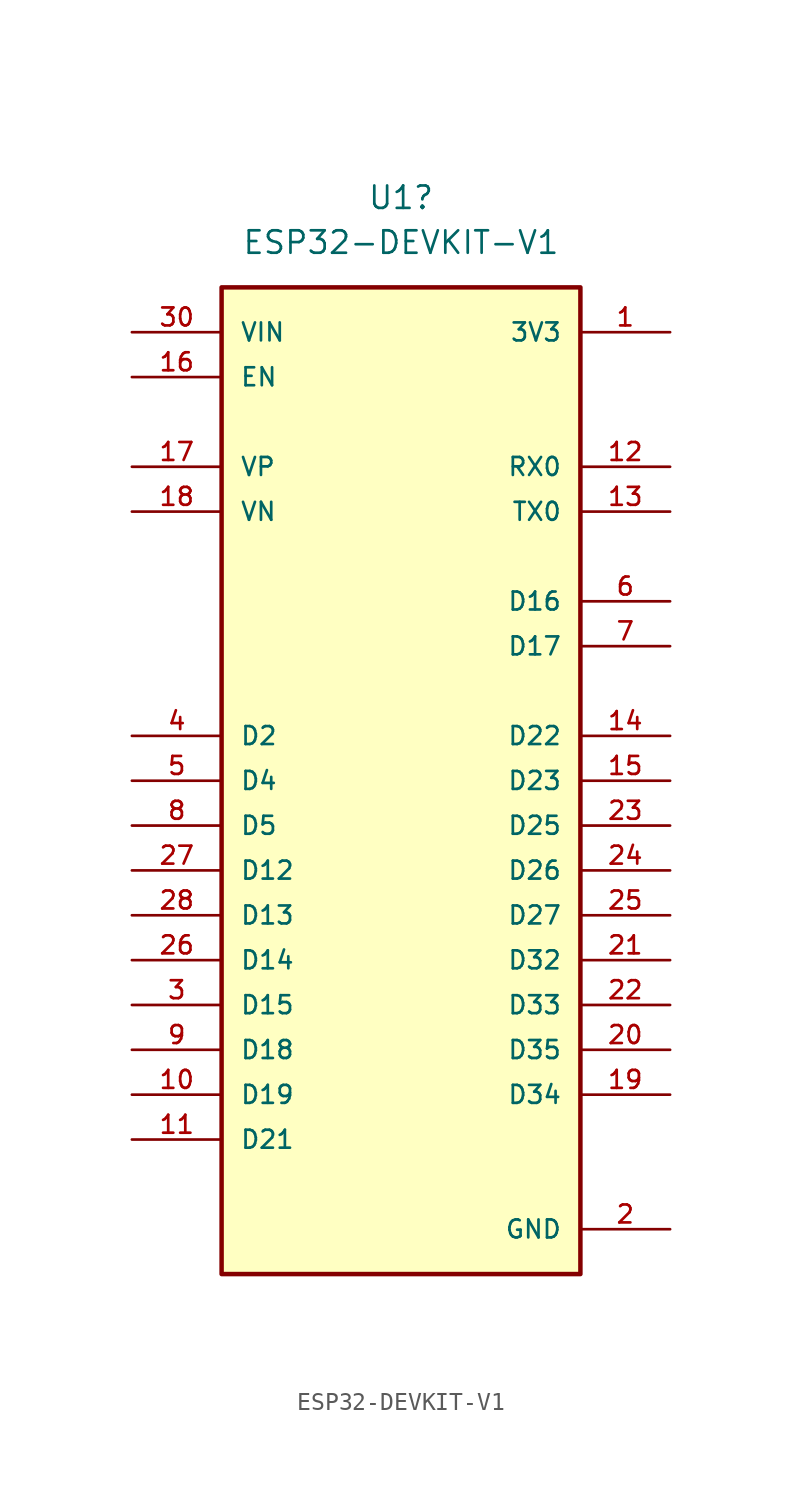
<source format=kicad_sym>
(kicad_symbol_lib
  (version 20241209)
  (generator "kicad_symbol_editor")
  (generator_version "9.0")
  (symbol "ESP32-DEVKIT-V1"
    (pin_names
      (offset 1.016))
    (property "Reference" "U1"
      (at 0 33.02 0)
      (effects (font (size 1.27 1.27))))
    (property "Value" "ESP32-DEVKIT-V1"
      (at 0 30.48 0)
      (effects (font (size 1.27 1.27))))
    (symbol "ESP32-DEVKIT-V1_0_0"
      (rectangle (start -10.16 27.94) (end 10.16 -27.94) (stroke (width 0.254) (type default)) (fill (type background)))
      (pin input line (at -15.24 25.4 0) (length 5.08) (name "VIN" (effects (font (size 1.016 1.016)))) (number "30" (effects (font (size 1.016 1.016)))))
      (pin input line (at -15.24 22.86 0) (length 5.08) (name "EN" (effects (font (size 1.016 1.016)))) (number "16" (effects (font (size 1.016 1.016)))))
      (pin bidirectional line (at -15.24 17.78 0) (length 5.08) (name "VP" (effects (font (size 1.016 1.016)))) (number "17" (effects (font (size 1.016 1.016)))))
      (pin bidirectional line (at -15.24 15.24 0) (length 5.08) (name "VN" (effects (font (size 1.016 1.016)))) (number "18" (effects (font (size 1.016 1.016)))))
      (pin bidirectional line (at -15.24 2.54 0) (length 5.08) (name "D2" (effects (font (size 1.016 1.016)))) (number "4" (effects (font (size 1.016 1.016)))))
      (pin bidirectional line (at -15.24 0 0) (length 5.08) (name "D4" (effects (font (size 1.016 1.016)))) (number "5" (effects (font (size 1.016 1.016)))))
      (pin bidirectional line (at -15.24 -2.54 0) (length 5.08) (name "D5" (effects (font (size 1.016 1.016)))) (number "8" (effects (font (size 1.016 1.016)))))
      (pin bidirectional line (at -15.24 -5.08 0) (length 5.08) (name "D12" (effects (font (size 1.016 1.016)))) (number "27" (effects (font (size 1.016 1.016)))))
      (pin bidirectional line (at -15.24 -7.62 0) (length 5.08) (name "D13" (effects (font (size 1.016 1.016)))) (number "28" (effects (font (size 1.016 1.016)))))
      (pin bidirectional line (at -15.24 -10.16 0) (length 5.08) (name "D14" (effects (font (size 1.016 1.016)))) (number "26" (effects (font (size 1.016 1.016)))))
      (pin bidirectional line (at -15.24 -12.7 0) (length 5.08) (name "D15" (effects (font (size 1.016 1.016)))) (number "3" (effects (font (size 1.016 1.016)))))
      (pin bidirectional line (at -15.24 -15.24 0) (length 5.08) (name "D18" (effects (font (size 1.016 1.016)))) (number "9" (effects (font (size 1.016 1.016)))))
      (pin bidirectional line (at -15.24 -17.78 0) (length 5.08) (name "D19" (effects (font (size 1.016 1.016)))) (number "10" (effects (font (size 1.016 1.016)))))
      (pin bidirectional line (at -15.24 -20.32 0) (length 5.08) (name "D21" (effects (font (size 1.016 1.016)))) (number "11" (effects (font (size 1.016 1.016)))))
      (pin output line (at 15.24 25.4 180) (length 5.08) (name "3V3" (effects (font (size 1.016 1.016)))) (number "1" (effects (font (size 1.016 1.016)))))
      (pin input line (at 15.24 17.78 180) (length 5.08) (name "RX0" (effects (font (size 1.016 1.016)))) (number "12" (effects (font (size 1.016 1.016)))))
      (pin output line (at 15.24 15.24 180) (length 5.08) (name "TX0" (effects (font (size 1.016 1.016)))) (number "13" (effects (font (size 1.016 1.016)))))
      (pin input line (at 15.24 10.16 180) (length 5.08) (name "D16" (effects (font (size 1.016 1.016)))) (number "6" (effects (font (size 1.016 1.016)))))
      (pin output line (at 15.24 7.62 180) (length 5.08) (name "D17" (effects (font (size 1.016 1.016)))) (number "7" (effects (font (size 1.016 1.016)))))
      (pin bidirectional line (at 15.24 2.54 180) (length 5.08) (name "D22" (effects (font (size 1.016 1.016)))) (number "14" (effects (font (size 1.016 1.016)))))
      (pin bidirectional line (at 15.24 0 180) (length 5.08) (name "D23" (effects (font (size 1.016 1.016)))) (number "15" (effects (font (size 1.016 1.016)))))
      (pin bidirectional line (at 15.24 -2.54 180) (length 5.08) (name "D25" (effects (font (size 1.016 1.016)))) (number "23" (effects (font (size 1.016 1.016)))))
      (pin bidirectional line (at 15.24 -5.08 180) (length 5.08) (name "D26" (effects (font (size 1.016 1.016)))) (number "24" (effects (font (size 1.016 1.016)))))
      (pin bidirectional line (at 15.24 -7.62 180) (length 5.08) (name "D27" (effects (font (size 1.016 1.016)))) (number "25" (effects (font (size 1.016 1.016)))))
      (pin bidirectional line (at 15.24 -10.16 180) (length 5.08) (name "D32" (effects (font (size 1.016 1.016)))) (number "21" (effects (font (size 1.016 1.016)))))
      (pin bidirectional line (at 15.24 -12.7 180) (length 5.08) (name "D33" (effects (font (size 1.016 1.016)))) (number "22" (effects (font (size 1.016 1.016)))))
      (pin bidirectional line (at 15.24 -15.24 180) (length 5.08) (name "D35" (effects (font (size 1.016 1.016)))) (number "20" (effects (font (size 1.016 1.016)))))
      (pin bidirectional line (at 15.24 -17.78 180) (length 5.08) (name "D34" (effects (font (size 1.016 1.016)))) (number "19" (effects (font (size 1.016 1.016)))))
      (pin power_in line (at 15.24 -25.4 180) (length 5.08) (name "GND" (effects (font (size 1.016 1.016)))) (number "2" (effects (font (size 1.016 1.016)))))
      (pin power_in line (at 15.24 -25.4 180) (length 5.08) (hide yes) (name "GND" (effects (font (size 1.016 1.016)))) (number "29" (effects (font (size 1.016 1.016))))))))
</source>
